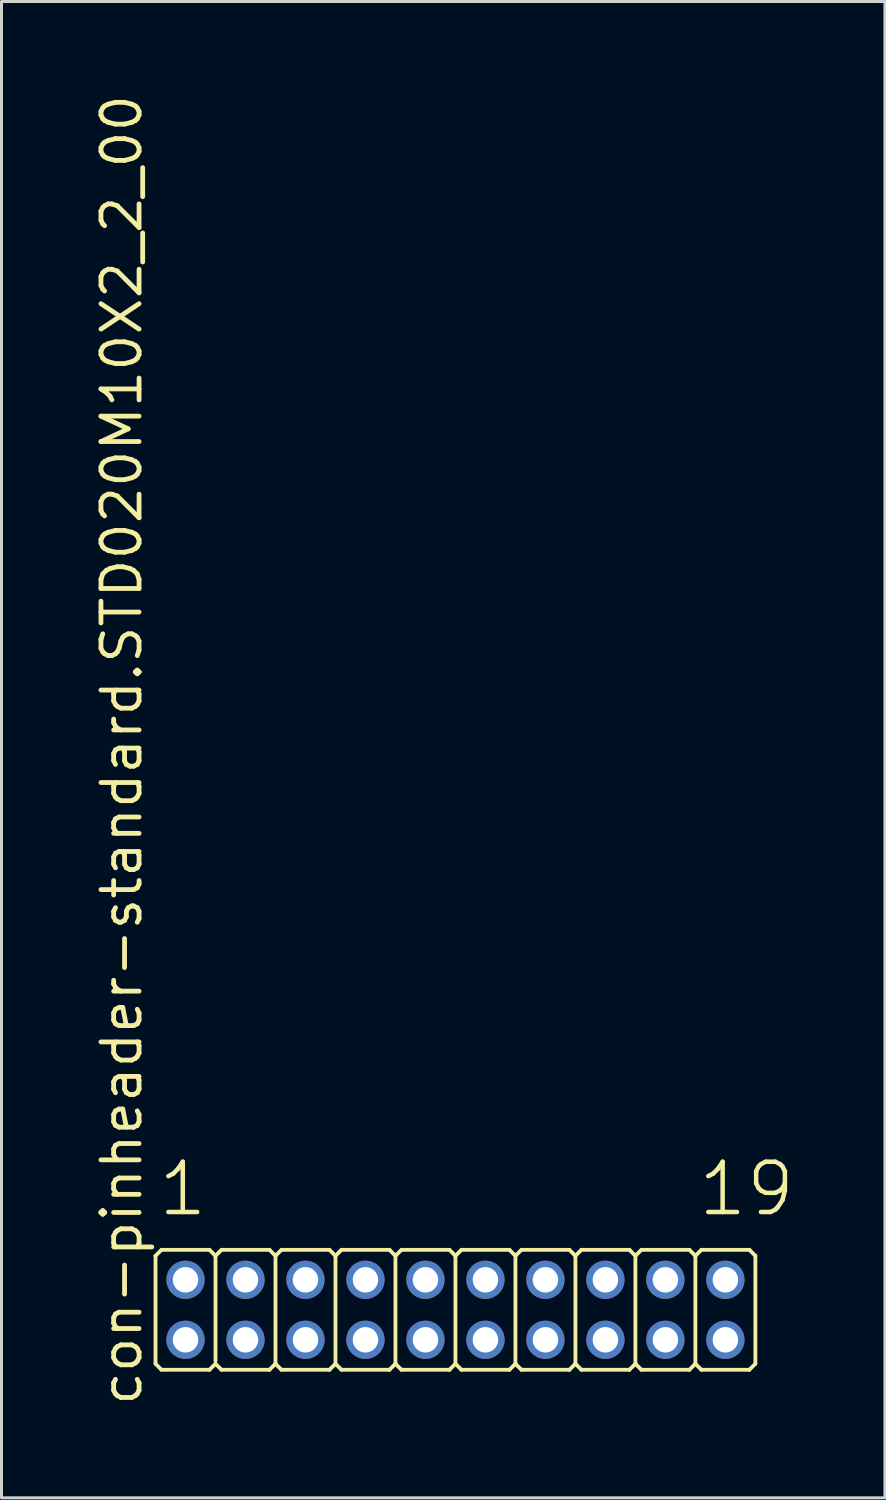
<source format=kicad_pcb>
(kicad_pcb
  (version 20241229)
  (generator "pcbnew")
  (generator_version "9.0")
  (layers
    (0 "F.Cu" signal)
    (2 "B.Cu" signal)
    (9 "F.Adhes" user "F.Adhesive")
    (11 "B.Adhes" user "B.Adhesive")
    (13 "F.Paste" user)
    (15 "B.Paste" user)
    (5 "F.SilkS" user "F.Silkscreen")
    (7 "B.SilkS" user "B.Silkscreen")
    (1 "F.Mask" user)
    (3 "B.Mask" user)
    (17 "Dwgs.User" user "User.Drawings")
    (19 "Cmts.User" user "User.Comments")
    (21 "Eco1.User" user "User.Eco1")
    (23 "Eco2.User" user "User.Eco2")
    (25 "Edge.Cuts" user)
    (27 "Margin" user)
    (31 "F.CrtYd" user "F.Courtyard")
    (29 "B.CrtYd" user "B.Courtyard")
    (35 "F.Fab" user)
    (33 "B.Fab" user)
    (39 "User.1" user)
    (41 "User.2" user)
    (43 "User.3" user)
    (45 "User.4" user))
  (footprint "con-pinheader-standard.STD020M10X2_2_00"
    (layer "F.Cu")
    (at 12.135 40.62)
    (property "Reference" "con-pinheader-standard.STD020M10X2_2_00" (at -10.385 3.27 90) (layer "F.SilkS") (effects (font (size 1.27 1.27) (thickness 0.16)) (justify left bottom)))
    (attr through_hole)
    (fp_line (start -10 1.8) (end -10 -1.8) (stroke (width 0.127) (type default)) (layer "F.SilkS"))
    (fp_line (start -9.8 -2) (end -10 -1.8) (stroke (width 0.127) (type default)) (layer "F.SilkS"))
    (fp_line (start -9.8 -2) (end -8.2 -2) (stroke (width 0.127) (type default)) (layer "F.SilkS"))
    (fp_line (start -9.8 2) (end -10 1.8) (stroke (width 0.127) (type default)) (layer "F.SilkS"))
    (fp_line (start -8.2 -2) (end -8 -1.8) (stroke (width 0.127) (type default)) (layer "F.SilkS"))
    (fp_line (start -8.2 2) (end -9.8 2) (stroke (width 0.127) (type default)) (layer "F.SilkS"))
    (fp_line (start -8.2 2) (end -8 1.8) (stroke (width 0.127) (type default)) (layer "F.SilkS"))
    (fp_line (start -8 -1.8) (end -8 1.7) (stroke (width 0.127) (type default)) (layer "F.SilkS"))
    (fp_line (start -7.8 -2) (end -8 -1.8) (stroke (width 0.127) (type default)) (layer "F.SilkS"))
    (fp_line (start -7.8 -2) (end -6.2 -2) (stroke (width 0.127) (type default)) (layer "F.SilkS"))
    (fp_line (start -7.8 2) (end -8 1.8) (stroke (width 0.127) (type default)) (layer "F.SilkS"))
    (fp_line (start -6.2 -2) (end -6 -1.8) (stroke (width 0.127) (type default)) (layer "F.SilkS"))
    (fp_line (start -6.2 2) (end -7.8 2) (stroke (width 0.127) (type default)) (layer "F.SilkS"))
    (fp_line (start -6.2 2) (end -6 1.8) (stroke (width 0.127) (type default)) (layer "F.SilkS"))
    (fp_line (start -6 -1.8) (end -6 1.8) (stroke (width 0.127) (type default)) (layer "F.SilkS"))
    (fp_line (start -5.8 -2) (end -6 -1.8) (stroke (width 0.127) (type default)) (layer "F.SilkS"))
    (fp_line (start -5.8 -2) (end -4.2 -2) (stroke (width 0.127) (type default)) (layer "F.SilkS"))
    (fp_line (start -5.8 2) (end -6 1.8) (stroke (width 0.127) (type default)) (layer "F.SilkS"))
    (fp_line (start -4.2 -2) (end -4 -1.8) (stroke (width 0.127) (type default)) (layer "F.SilkS"))
    (fp_line (start -4.2 2) (end -5.8 2) (stroke (width 0.127) (type default)) (layer "F.SilkS"))
    (fp_line (start -4.2 2) (end -4 1.8) (stroke (width 0.127) (type default)) (layer "F.SilkS"))
    (fp_line (start -4 -1.8) (end -4 1.8) (stroke (width 0.127) (type default)) (layer "F.SilkS"))
    (fp_line (start -3.8 -2) (end -4 -1.8) (stroke (width 0.127) (type default)) (layer "F.SilkS"))
    (fp_line (start -3.8 -2) (end -2.2 -2) (stroke (width 0.127) (type default)) (layer "F.SilkS"))
    (fp_line (start -3.8 2) (end -4 1.8) (stroke (width 0.127) (type default)) (layer "F.SilkS"))
    (fp_line (start -2.2 -2) (end -2 -1.8) (stroke (width 0.127) (type default)) (layer "F.SilkS"))
    (fp_line (start -2.2 2) (end -3.8 2) (stroke (width 0.127) (type default)) (layer "F.SilkS"))
    (fp_line (start -2.2 2) (end -2 1.8) (stroke (width 0.127) (type default)) (layer "F.SilkS"))
    (fp_line (start -2 -1.8) (end -2 1.8) (stroke (width 0.127) (type default)) (layer "F.SilkS"))
    (fp_line (start -1.8 -2) (end -2 -1.8) (stroke (width 0.127) (type default)) (layer "F.SilkS"))
    (fp_line (start -1.8 -2) (end -0.2 -2) (stroke (width 0.127) (type default)) (layer "F.SilkS"))
    (fp_line (start -1.8 2) (end -2 1.8) (stroke (width 0.127) (type default)) (layer "F.SilkS"))
    (fp_line (start -0.2 -2) (end 0 -1.8) (stroke (width 0.127) (type default)) (layer "F.SilkS"))
    (fp_line (start -0.2 2) (end -1.8 2) (stroke (width 0.127) (type default)) (layer "F.SilkS"))
    (fp_line (start -0.2 2) (end 0 1.8) (stroke (width 0.127) (type default)) (layer "F.SilkS"))
    (fp_line (start 0 -1.8) (end 0 1.8) (stroke (width 0.127) (type default)) (layer "F.SilkS"))
    (fp_line (start 0.2 -2) (end 0 -1.8) (stroke (width 0.127) (type default)) (layer "F.SilkS"))
    (fp_line (start 0.2 -2) (end 1.8 -2) (stroke (width 0.127) (type default)) (layer "F.SilkS"))
    (fp_line (start 0.2 2) (end 0 1.8) (stroke (width 0.127) (type default)) (layer "F.SilkS"))
    (fp_line (start 1.8 -2) (end 2 -1.8) (stroke (width 0.127) (type default)) (layer "F.SilkS"))
    (fp_line (start 1.8 2) (end 0.2 2) (stroke (width 0.127) (type default)) (layer "F.SilkS"))
    (fp_line (start 1.8 2) (end 2 1.8) (stroke (width 0.127) (type default)) (layer "F.SilkS"))
    (fp_line (start 2 -1.8) (end 2 1.8) (stroke (width 0.127) (type default)) (layer "F.SilkS"))
    (fp_line (start 2.2 -2) (end 2 -1.8) (stroke (width 0.127) (type default)) (layer "F.SilkS"))
    (fp_line (start 2.2 -2) (end 3.8 -2) (stroke (width 0.127) (type default)) (layer "F.SilkS"))
    (fp_line (start 2.2 2) (end 2 1.8) (stroke (width 0.127) (type default)) (layer "F.SilkS"))
    (fp_line (start 3.8 -2) (end 4 -1.8) (stroke (width 0.127) (type default)) (layer "F.SilkS"))
    (fp_line (start 3.8 2) (end 2.2 2) (stroke (width 0.127) (type default)) (layer "F.SilkS"))
    (fp_line (start 3.8 2) (end 4 1.8) (stroke (width 0.127) (type default)) (layer "F.SilkS"))
    (fp_line (start 4 -1.8) (end 4 1.8) (stroke (width 0.127) (type default)) (layer "F.SilkS"))
    (fp_line (start 4.2 -2) (end 4 -1.8) (stroke (width 0.127) (type default)) (layer "F.SilkS"))
    (fp_line (start 4.2 -2) (end 5.8 -2) (stroke (width 0.127) (type default)) (layer "F.SilkS"))
    (fp_line (start 4.2 2) (end 4 1.8) (stroke (width 0.127) (type default)) (layer "F.SilkS"))
    (fp_line (start 5.8 -2) (end 6 -1.8) (stroke (width 0.127) (type default)) (layer "F.SilkS"))
    (fp_line (start 5.8 2) (end 4.2 2) (stroke (width 0.127) (type default)) (layer "F.SilkS"))
    (fp_line (start 5.8 2) (end 6 1.8) (stroke (width 0.127) (type default)) (layer "F.SilkS"))
    (fp_line (start 6 -1.8) (end 6 1.8) (stroke (width 0.127) (type default)) (layer "F.SilkS"))
    (fp_line (start 6.2 -2) (end 6 -1.8) (stroke (width 0.127) (type default)) (layer "F.SilkS"))
    (fp_line (start 6.2 -2) (end 7.8 -2) (stroke (width 0.127) (type default)) (layer "F.SilkS"))
    (fp_line (start 6.2 2) (end 6 1.8) (stroke (width 0.127) (type default)) (layer "F.SilkS"))
    (fp_line (start 7.8 -2) (end 8 -1.8) (stroke (width 0.127) (type default)) (layer "F.SilkS"))
    (fp_line (start 7.8 2) (end 6.2 2) (stroke (width 0.127) (type default)) (layer "F.SilkS"))
    (fp_line (start 7.8 2) (end 8 1.8) (stroke (width 0.127) (type default)) (layer "F.SilkS"))
    (fp_line (start 8 -1.8) (end 8 1.8) (stroke (width 0.127) (type default)) (layer "F.SilkS"))
    (fp_line (start 8.2 -2) (end 8 -1.8) (stroke (width 0.127) (type default)) (layer "F.SilkS"))
    (fp_line (start 8.2 -2) (end 9.8 -2) (stroke (width 0.127) (type default)) (layer "F.SilkS"))
    (fp_line (start 8.2 2) (end 8 1.8) (stroke (width 0.127) (type default)) (layer "F.SilkS"))
    (fp_line (start 9.8 -2) (end 10 -1.8) (stroke (width 0.127) (type default)) (layer "F.SilkS"))
    (fp_line (start 9.8 2) (end 8.2 2) (stroke (width 0.127) (type default)) (layer "F.SilkS"))
    (fp_line (start 9.8 2) (end 10 1.8) (stroke (width 0.127) (type default)) (layer "F.SilkS"))
    (fp_line (start 10 -1.8) (end 10 1.8) (stroke (width 0.127) (type default)) (layer "F.SilkS"))
    (fp_rect (start -9.25 -0.75) (end -8.75 -1.25) (stroke (width 0.05) (type default)) (fill no) (layer "F.Fab"))
    (fp_rect (start -9.25 1.25) (end -8.75 0.75) (stroke (width 0.05) (type default)) (fill no) (layer "F.Fab"))
    (fp_rect (start -7.25 -0.75) (end -6.75 -1.25) (stroke (width 0.05) (type default)) (fill no) (layer "F.Fab"))
    (fp_rect (start -7.25 1.25) (end -6.75 0.75) (stroke (width 0.05) (type default)) (fill no) (layer "F.Fab"))
    (fp_rect (start -5.25 -0.75) (end -4.75 -1.25) (stroke (width 0.05) (type default)) (fill no) (layer "F.Fab"))
    (fp_rect (start -5.25 1.25) (end -4.75 0.75) (stroke (width 0.05) (type default)) (fill no) (layer "F.Fab"))
    (fp_rect (start -3.25 -0.75) (end -2.75 -1.25) (stroke (width 0.05) (type default)) (fill no) (layer "F.Fab"))
    (fp_rect (start -3.25 1.25) (end -2.75 0.75) (stroke (width 0.05) (type default)) (fill no) (layer "F.Fab"))
    (fp_rect (start -1.25 -0.75) (end -0.75 -1.25) (stroke (width 0.05) (type default)) (fill no) (layer "F.Fab"))
    (fp_rect (start -1.25 1.25) (end -0.75 0.75) (stroke (width 0.05) (type default)) (fill no) (layer "F.Fab"))
    (fp_rect (start 0.75 -0.75) (end 1.25 -1.25) (stroke (width 0.05) (type default)) (fill no) (layer "F.Fab"))
    (fp_rect (start 0.75 1.25) (end 1.25 0.75) (stroke (width 0.05) (type default)) (fill no) (layer "F.Fab"))
    (fp_rect (start 2.75 -0.75) (end 3.25 -1.25) (stroke (width 0.05) (type default)) (fill no) (layer "F.Fab"))
    (fp_rect (start 2.75 1.25) (end 3.25 0.75) (stroke (width 0.05) (type default)) (fill no) (layer "F.Fab"))
    (fp_rect (start 4.75 -0.75) (end 5.25 -1.25) (stroke (width 0.05) (type default)) (fill no) (layer "F.Fab"))
    (fp_rect (start 4.75 1.25) (end 5.25 0.75) (stroke (width 0.05) (type default)) (fill no) (layer "F.Fab"))
    (fp_rect (start 6.75 -0.75) (end 7.25 -1.25) (stroke (width 0.05) (type default)) (fill no) (layer "F.Fab"))
    (fp_rect (start 6.75 1.25) (end 7.25 0.75) (stroke (width 0.05) (type default)) (fill no) (layer "F.Fab"))
    (fp_rect (start 8.75 -0.75) (end 9.25 -1.25) (stroke (width 0.05) (type default)) (fill no) (layer "F.Fab"))
    (fp_rect (start 8.75 1.25) (end 9.25 0.75) (stroke (width 0.05) (type default)) (fill no) (layer "F.Fab"))
    (fp_text user "1" (at -9.988 -3.048 0) (layer "F.SilkS") (effects (font (size 1.676 1.676) (thickness 0.15)) (justify left bottom)))
    (fp_text user "19" (at 8.012 -3.048 0) (layer "F.SilkS") (effects (font (size 1.676 1.676) (thickness 0.15)) (justify left bottom)))
    (pad "1" thru_hole circle (at -9 -1) (size 1.275 1.275) (drill 0.85) (layers "*.Cu" "*.Mask"))
    (pad "2" thru_hole circle (at -9 1) (size 1.275 1.275) (drill 0.85) (layers "*.Cu" "*.Mask"))
    (pad "3" thru_hole circle (at -7 -1) (size 1.275 1.275) (drill 0.85) (layers "*.Cu" "*.Mask"))
    (pad "4" thru_hole circle (at -7 1) (size 1.275 1.275) (drill 0.85) (layers "*.Cu" "*.Mask"))
    (pad "5" thru_hole circle (at -5 -1) (size 1.275 1.275) (drill 0.85) (layers "*.Cu" "*.Mask"))
    (pad "6" thru_hole circle (at -5 1) (size 1.275 1.275) (drill 0.85) (layers "*.Cu" "*.Mask"))
    (pad "7" thru_hole circle (at -3 -1) (size 1.275 1.275) (drill 0.85) (layers "*.Cu" "*.Mask"))
    (pad "8" thru_hole circle (at -3 1) (size 1.275 1.275) (drill 0.85) (layers "*.Cu" "*.Mask"))
    (pad "9" thru_hole circle (at -1 -1) (size 1.275 1.275) (drill 0.85) (layers "*.Cu" "*.Mask"))
    (pad "10" thru_hole circle (at -1 1) (size 1.275 1.275) (drill 0.85) (layers "*.Cu" "*.Mask"))
    (pad "11" thru_hole circle (at 1 -1) (size 1.275 1.275) (drill 0.85) (layers "*.Cu" "*.Mask"))
    (pad "12" thru_hole circle (at 1 1) (size 1.275 1.275) (drill 0.85) (layers "*.Cu" "*.Mask"))
    (pad "13" thru_hole circle (at 3 -1) (size 1.275 1.275) (drill 0.85) (layers "*.Cu" "*.Mask"))
    (pad "14" thru_hole circle (at 3 1) (size 1.275 1.275) (drill 0.85) (layers "*.Cu" "*.Mask"))
    (pad "15" thru_hole circle (at 5 -1) (size 1.275 1.275) (drill 0.85) (layers "*.Cu" "*.Mask"))
    (pad "16" thru_hole circle (at 5 1) (size 1.275 1.275) (drill 0.85) (layers "*.Cu" "*.Mask"))
    (pad "17" thru_hole circle (at 7 -1) (size 1.275 1.275) (drill 0.85) (layers "*.Cu" "*.Mask"))
    (pad "18" thru_hole circle (at 7 1) (size 1.275 1.275) (drill 0.85) (layers "*.Cu" "*.Mask"))
    (pad "19" thru_hole circle (at 9 -1) (size 1.275 1.275) (drill 0.85) (layers "*.Cu" "*.Mask"))
    (pad "20" thru_hole circle (at 9 1) (size 1.275 1.275) (drill 0.85) (layers "*.Cu" "*.Mask")))
  (gr_rect
    (start -3 -3)
    (end 26.455 46.89)
    (stroke (width 0.1) (type default))
    (fill no)
    (layer "Edge.Cuts")))
</source>
